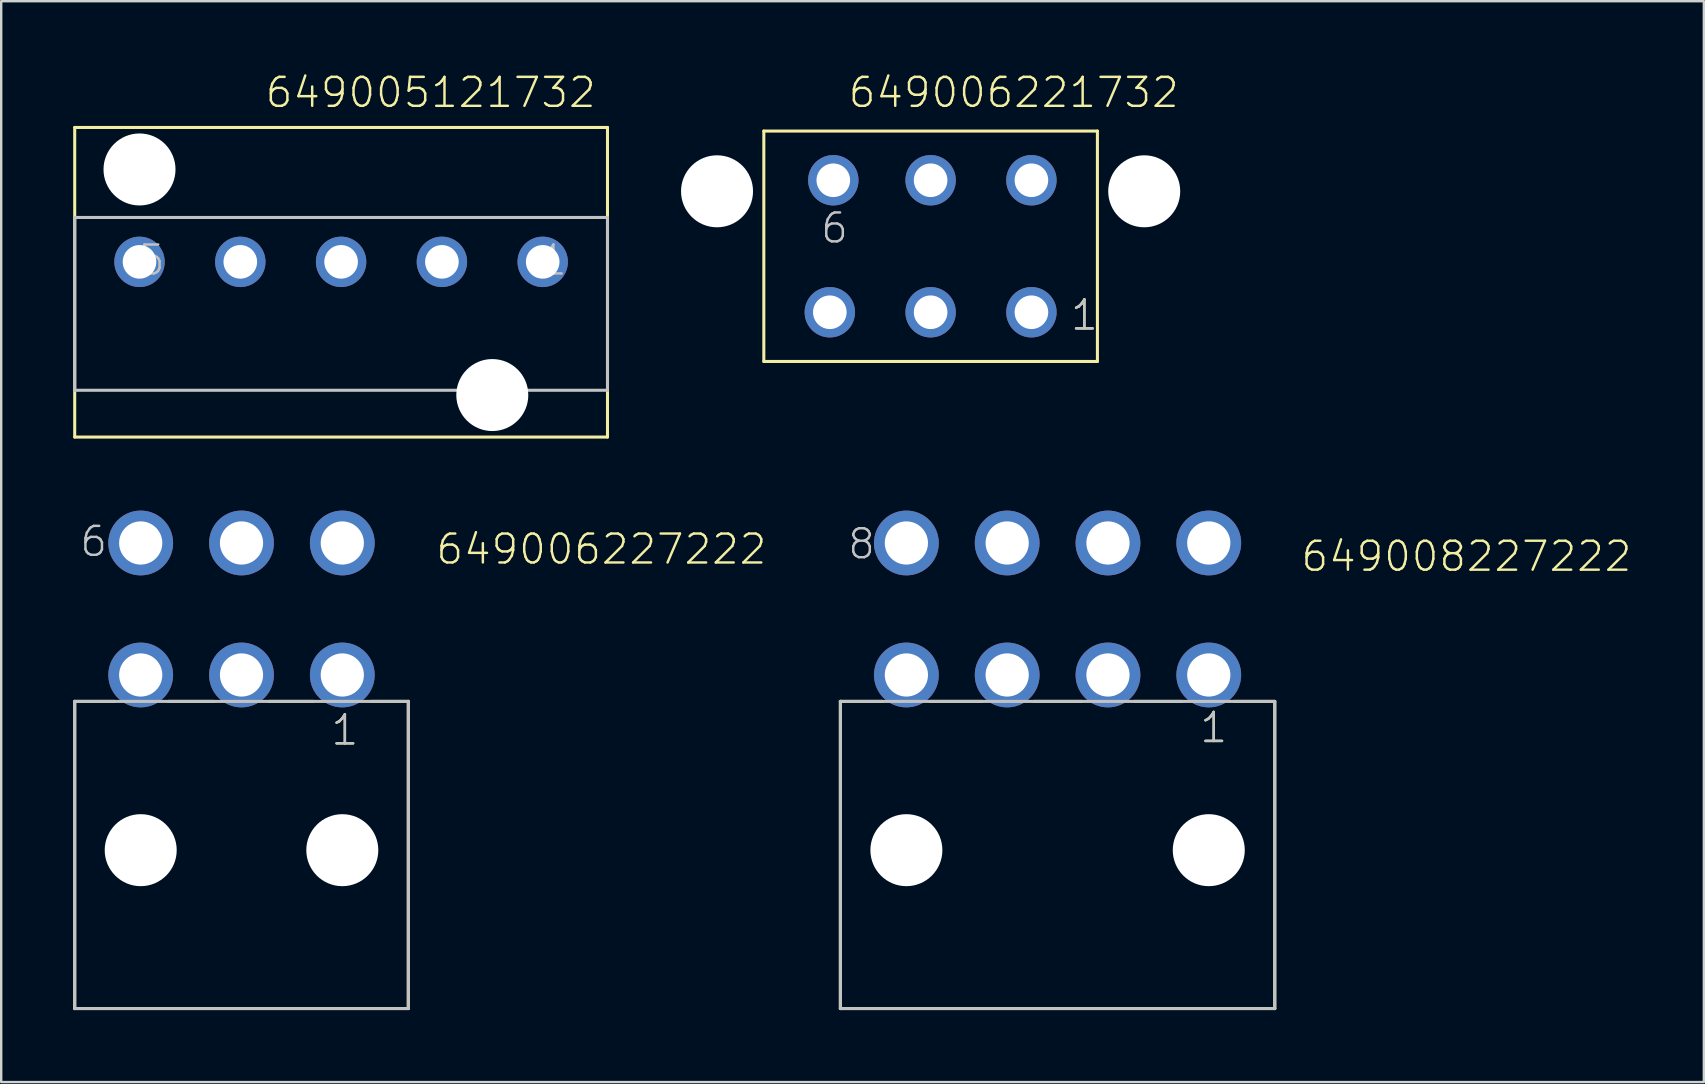
<source format=kicad_pcb>
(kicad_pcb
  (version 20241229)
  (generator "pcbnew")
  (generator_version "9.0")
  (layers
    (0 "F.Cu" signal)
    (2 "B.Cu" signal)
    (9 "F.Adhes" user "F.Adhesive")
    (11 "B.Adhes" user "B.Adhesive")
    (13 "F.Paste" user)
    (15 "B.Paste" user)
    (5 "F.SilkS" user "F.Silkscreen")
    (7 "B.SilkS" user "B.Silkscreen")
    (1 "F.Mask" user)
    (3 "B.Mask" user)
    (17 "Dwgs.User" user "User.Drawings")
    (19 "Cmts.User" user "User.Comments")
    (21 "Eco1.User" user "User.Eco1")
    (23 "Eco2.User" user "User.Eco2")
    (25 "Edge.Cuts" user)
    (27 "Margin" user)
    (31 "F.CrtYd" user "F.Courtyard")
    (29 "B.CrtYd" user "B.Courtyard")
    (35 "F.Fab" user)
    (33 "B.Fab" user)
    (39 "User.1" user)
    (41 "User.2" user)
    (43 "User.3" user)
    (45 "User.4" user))
  (footprint "649006221732"
    (layer "F.Cu")
    (at 35.727 7.211)
    (property "Reference" "649006221732" (at -3.495 -5.7 0) (layer "F.SilkS") (effects (font (size 1.206 1.206) (thickness 0.102)) (justify left bottom)))
    (attr through_hole)
    (fp_line (start -6.95 -4.8) (end 6.95 -4.8) (stroke (width 0.127) (type solid)) (layer "F.SilkS"))
    (fp_line (start -6.95 4.8) (end -6.95 -4.8) (stroke (width 0.127) (type solid)) (layer "F.SilkS"))
    (fp_line (start 6.95 -4.8) (end 6.95 4.8) (stroke (width 0.127) (type solid)) (layer "F.SilkS"))
    (fp_line (start 6.95 4.8) (end -6.95 4.8) (stroke (width 0.127) (type solid)) (layer "F.SilkS"))
    (fp_text user "1" (at 5.765 3.575 0) (layer "F.SilkS") (effects (font (size 1.206 1.206) (thickness 0.102)) (justify left bottom)))
    (fp_text user "1" (at 5.765 3.575 0) (layer "Dwgs.User") (effects (font (size 1.206 1.206) (thickness 0.102)) (justify left bottom)))
    (fp_text user "6" (at -4.645 -0.05 0) (layer "Dwgs.User") (effects (font (size 1.206 1.206) (thickness 0.102)) (justify left bottom)))
    (pad "" np_thru_hole circle (at -8.9 -2.29) (size 3 3) (drill 3) (layers "*.Cu"))
    (pad "" np_thru_hole circle (at 8.9 -2.29) (size 3 3) (drill 3) (layers "*.Cu"))
    (pad "1" thru_hole circle (at 4.2 2.75) (size 2.1 2.1) (drill 1.4) (layers "*.Cu" "*.Mask"))
    (pad "2" thru_hole circle (at 0 2.75) (size 2.1 2.1) (drill 1.4) (layers "*.Cu" "*.Mask"))
    (pad "3" thru_hole circle (at -4.2 2.75) (size 2.1 2.1) (drill 1.4) (layers "*.Cu" "*.Mask"))
    (pad "4" thru_hole circle (at 4.2 -2.75) (size 2.1 2.1) (drill 1.4) (layers "*.Cu" "*.Mask"))
    (pad "5" thru_hole circle (at 0 -2.75) (size 2.1 2.1) (drill 1.4) (layers "*.Cu" "*.Mask"))
    (pad "6" thru_hole circle (at -4.055 -2.75) (size 2.1 2.1) (drill 1.4) (layers "*.Cu" "*.Mask")))
  (footprint "649006227222"
    (layer "F.Cu")
    (at 7.013 32.375)
    (property "Reference" "649006227222" (at 8.037 -11.835 0) (layer "F.SilkS") (effects (font (size 1.206 1.206) (thickness 0.102)) (justify left bottom)))
    (attr through_hole)
    (fp_line (start -6.95 -6.2) (end -5.3 -6.2) (stroke (width 0.127) (type solid)) (layer "F.SilkS"))
    (fp_line (start -6.95 6.6) (end -6.95 -6.2) (stroke (width 0.127) (type solid)) (layer "F.SilkS"))
    (fp_line (start -3.05 -6.2) (end -1.15 -6.2) (stroke (width 0.127) (type solid)) (layer "F.SilkS"))
    (fp_line (start 1.15 -6.2) (end 3 -6.2) (stroke (width 0.127) (type solid)) (layer "F.SilkS"))
    (fp_line (start 5.4 -6.2) (end 6.95 -6.2) (stroke (width 0.127) (type solid)) (layer "F.SilkS"))
    (fp_line (start 6.95 -6.2) (end 6.95 6.6) (stroke (width 0.127) (type solid)) (layer "F.SilkS"))
    (fp_line (start 6.95 6.6) (end -6.95 6.6) (stroke (width 0.127) (type solid)) (layer "F.SilkS"))
    (fp_line (start -6.95 -6.2) (end 6.95 -6.2) (stroke (width 0.127) (type solid)) (layer "Dwgs.User"))
    (fp_line (start -6.95 6.6) (end -6.95 -6.2) (stroke (width 0.127) (type solid)) (layer "Dwgs.User"))
    (fp_line (start 6.95 -6.2) (end 6.95 6.6) (stroke (width 0.127) (type solid)) (layer "Dwgs.User"))
    (fp_line (start 6.95 6.6) (end -6.95 6.6) (stroke (width 0.127) (type solid)) (layer "Dwgs.User"))
    (fp_text user "1" (at 3.665 -4.3 0) (layer "F.SilkS") (effects (font (size 1.206 1.206) (thickness 0.102)) (justify left bottom)))
    (fp_text user "6" (at -6.8 -12.155 0) (layer "Dwgs.User") (effects (font (size 1.206 1.206) (thickness 0.102)) (justify left bottom)))
    (fp_text user "1" (at 3.665 -4.3 0) (layer "Dwgs.User") (effects (font (size 1.206 1.206) (thickness 0.102)) (justify left bottom)))
    (pad "" np_thru_hole circle (at -4.2 0) (size 3 3) (drill 3) (layers "*.Cu"))
    (pad "" np_thru_hole circle (at 4.2 0) (size 3 3) (drill 3) (layers "*.Cu"))
    (pad "1" thru_hole circle (at 4.2 -7.3) (size 2.7 2.7) (drill 1.8) (layers "*.Cu" "*.Mask"))
    (pad "2" thru_hole circle (at 0 -7.3) (size 2.7 2.7) (drill 1.8) (layers "*.Cu" "*.Mask"))
    (pad "3" thru_hole circle (at -4.2 -7.3) (size 2.7 2.7) (drill 1.8) (layers "*.Cu" "*.Mask"))
    (pad "4" thru_hole circle (at 4.2 -12.8) (size 2.7 2.7) (drill 1.8) (layers "*.Cu" "*.Mask"))
    (pad "5" thru_hole circle (at 0 -12.8) (size 2.7 2.7) (drill 1.8) (layers "*.Cu" "*.Mask"))
    (pad "6" thru_hole circle (at -4.2 -12.8) (size 2.7 2.7) (drill 1.8) (layers "*.Cu" "*.Mask")))
  (footprint "649008227222"
    (layer "F.Cu")
    (at 41.017 32.375)
    (property "Reference" "649008227222" (at 10.078 -11.535 0) (layer "F.SilkS") (effects (font (size 1.206 1.206) (thickness 0.102)) (justify left bottom)))
    (attr through_hole)
    (fp_line (start -9.05 -6.2) (end -7.3 -6.2) (stroke (width 0.127) (type solid)) (layer "F.SilkS"))
    (fp_line (start -9.05 6.6) (end -9.05 -6.2) (stroke (width 0.127) (type solid)) (layer "F.SilkS"))
    (fp_line (start -5.3 -6.2) (end -3.15 -6.2) (stroke (width 0.127) (type solid)) (layer "F.SilkS"))
    (fp_line (start -1 -6.2) (end 1 -6.2) (stroke (width 0.127) (type solid)) (layer "F.SilkS"))
    (fp_line (start 3.2 -6.2) (end 5.2 -6.2) (stroke (width 0.127) (type solid)) (layer "F.SilkS"))
    (fp_line (start 7.35 -6.2) (end 9 -6.2) (stroke (width 0.127) (type solid)) (layer "F.SilkS"))
    (fp_line (start 9.05 -6.2) (end 9.05 6.6) (stroke (width 0.127) (type solid)) (layer "F.SilkS"))
    (fp_line (start 9.05 6.6) (end -9.05 6.6) (stroke (width 0.127) (type solid)) (layer "F.SilkS"))
    (fp_line (start -9.05 -6.2) (end 9.05 -6.2) (stroke (width 0.127) (type solid)) (layer "Dwgs.User"))
    (fp_line (start -9.05 6.6) (end -9.05 -6.2) (stroke (width 0.127) (type solid)) (layer "Dwgs.User"))
    (fp_line (start 9.05 -6.2) (end 9.05 6.6) (stroke (width 0.127) (type solid)) (layer "Dwgs.User"))
    (fp_line (start 9.05 6.6) (end -9.05 6.6) (stroke (width 0.127) (type solid)) (layer "Dwgs.User"))
    (fp_text user "1" (at 5.865 -4.4 0) (layer "F.SilkS") (effects (font (size 1.206 1.206) (thickness 0.102)) (justify left bottom)))
    (fp_text user "8" (at -8.81 -12.055 0) (layer "Dwgs.User") (effects (font (size 1.206 1.206) (thickness 0.102)) (justify left bottom)))
    (fp_text user "1" (at 5.865 -4.4 0) (layer "Dwgs.User") (effects (font (size 1.206 1.206) (thickness 0.102)) (justify left bottom)))
    (pad "" np_thru_hole circle (at -6.3 0) (size 3 3) (drill 3) (layers "*.Cu"))
    (pad "" np_thru_hole circle (at 6.3 0) (size 3 3) (drill 3) (layers "*.Cu"))
    (pad "1" thru_hole circle (at 6.3 -7.3) (size 2.7 2.7) (drill 1.8) (layers "*.Cu" "*.Mask"))
    (pad "2" thru_hole circle (at 2.1 -7.3) (size 2.7 2.7) (drill 1.8) (layers "*.Cu" "*.Mask"))
    (pad "3" thru_hole circle (at -2.1 -7.3) (size 2.7 2.7) (drill 1.8) (layers "*.Cu" "*.Mask"))
    (pad "4" thru_hole circle (at -6.3 -7.3) (size 2.7 2.7) (drill 1.8) (layers "*.Cu" "*.Mask"))
    (pad "5" thru_hole circle (at 6.3 -12.8) (size 2.7 2.7) (drill 1.8) (layers "*.Cu" "*.Mask"))
    (pad "6" thru_hole circle (at 2.1 -12.8) (size 2.7 2.7) (drill 1.8) (layers "*.Cu" "*.Mask"))
    (pad "7" thru_hole circle (at -2.1 -12.8) (size 2.7 2.7) (drill 1.8) (layers "*.Cu" "*.Mask"))
    (pad "8" thru_hole circle (at -6.3 -12.8) (size 2.7 2.7) (drill 1.8) (layers "*.Cu" "*.Mask")))
  (footprint "649005121732"
    (layer "F.Cu")
    (at 17.463 7.861)
    (property "Reference" "649005121732" (at -9.525 -6.35 0) (layer "F.SilkS") (effects (font (size 1.206 1.206) (thickness 0.102)) (justify left bottom)))
    (attr through_hole)
    (fp_line (start -17.4 -5.6) (end 4.8 -5.6) (stroke (width 0.127) (type solid)) (layer "F.SilkS"))
    (fp_line (start -17.4 7.3) (end -17.4 -5.6) (stroke (width 0.127) (type solid)) (layer "F.SilkS"))
    (fp_line (start 4.8 -5.6) (end 4.8 7.3) (stroke (width 0.127) (type solid)) (layer "F.SilkS"))
    (fp_line (start 4.8 7.3) (end -17.4 7.3) (stroke (width 0.127) (type solid)) (layer "F.SilkS"))
    (fp_line (start -17.4 -1.85) (end 4.8 -1.85) (stroke (width 0.127) (type solid)) (layer "Dwgs.User"))
    (fp_line (start -17.4 5.35) (end -17.4 -1.85) (stroke (width 0.127) (type solid)) (layer "Dwgs.User"))
    (fp_line (start 4.8 -1.85) (end 4.8 5.35) (stroke (width 0.127) (type solid)) (layer "Dwgs.User"))
    (fp_line (start 4.8 5.35) (end -17.4 5.35) (stroke (width 0.127) (type solid)) (layer "Dwgs.User"))
    (fp_text user "1" (at 1.905 0.635 0) (layer "Dwgs.User") (effects (font (size 1.206 1.206) (thickness 0.102)) (justify left bottom)))
    (fp_text user "5" (at -14.85 0.635 0) (layer "Dwgs.User") (effects (font (size 1.206 1.206) (thickness 0.102)) (justify left bottom)))
    (pad "" np_thru_hole circle (at -14.7 -3.85) (size 3 3) (drill 3) (layers "*.Cu"))
    (pad "" np_thru_hole circle (at 0 5.55) (size 3 3) (drill 3) (layers "*.Cu"))
    (pad "1" thru_hole circle (at 2.1 0) (size 2.1 2.1) (drill 1.4) (layers "*.Cu" "*.Mask"))
    (pad "2" thru_hole circle (at -2.1 0) (size 2.1 2.1) (drill 1.4) (layers "*.Cu" "*.Mask"))
    (pad "3" thru_hole circle (at -6.3 0) (size 2.1 2.1) (drill 1.4) (layers "*.Cu" "*.Mask"))
    (pad "4" thru_hole circle (at -10.5 0) (size 2.1 2.1) (drill 1.4) (layers "*.Cu" "*.Mask"))
    (pad "5" thru_hole circle (at -14.7 0) (size 2.1 2.1) (drill 1.4) (layers "*.Cu" "*.Mask")))
  (gr_rect
    (start -3 -3)
    (end 67.946 42.038)
    (stroke (width 0.1) (type default))
    (fill no)
    (layer "Edge.Cuts")))
</source>
